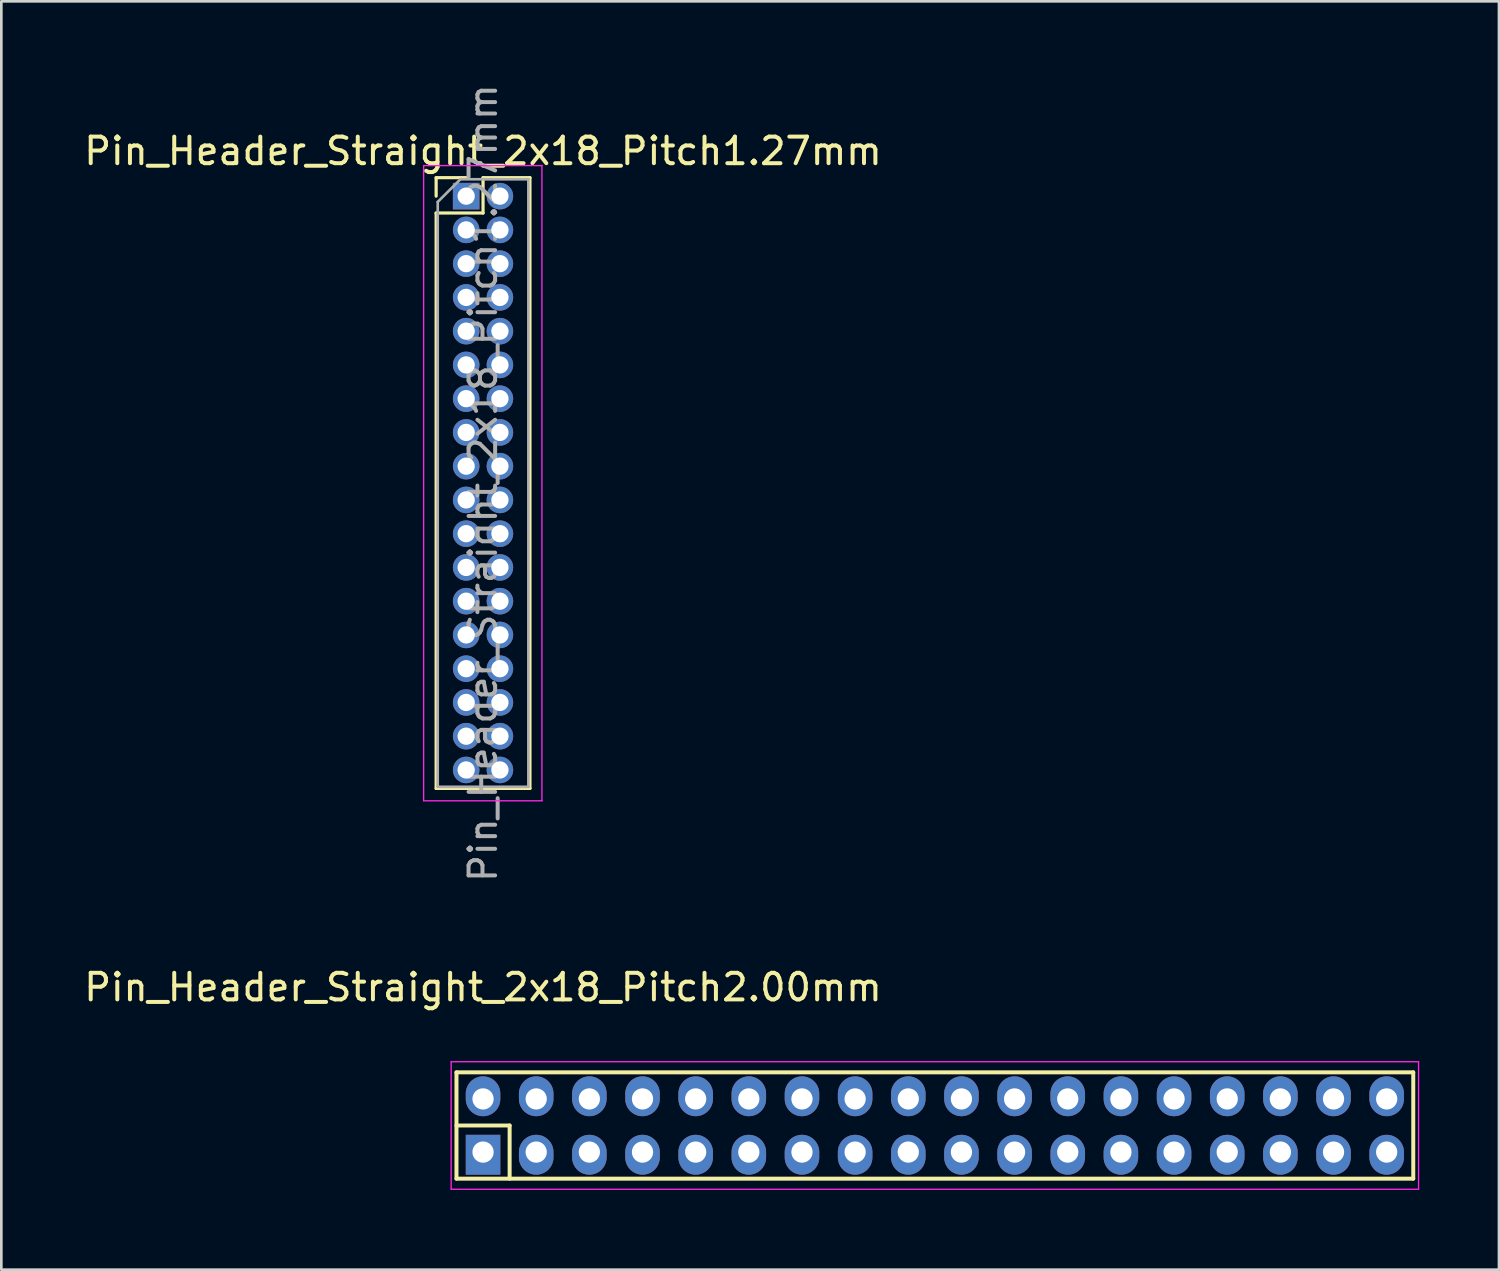
<source format=kicad_pcb>
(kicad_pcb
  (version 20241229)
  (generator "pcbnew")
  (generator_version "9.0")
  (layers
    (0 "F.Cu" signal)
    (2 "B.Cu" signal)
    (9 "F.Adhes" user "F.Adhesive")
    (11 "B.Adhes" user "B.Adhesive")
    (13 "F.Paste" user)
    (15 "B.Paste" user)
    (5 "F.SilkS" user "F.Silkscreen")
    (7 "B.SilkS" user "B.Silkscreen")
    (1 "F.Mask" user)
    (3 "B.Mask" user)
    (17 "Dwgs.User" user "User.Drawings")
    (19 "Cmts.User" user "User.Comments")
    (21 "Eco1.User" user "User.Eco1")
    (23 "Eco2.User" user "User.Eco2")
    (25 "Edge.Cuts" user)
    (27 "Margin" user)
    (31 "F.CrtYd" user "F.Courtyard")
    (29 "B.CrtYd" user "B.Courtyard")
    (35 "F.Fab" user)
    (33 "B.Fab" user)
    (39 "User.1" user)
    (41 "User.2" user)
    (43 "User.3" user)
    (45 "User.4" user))
  (footprint "Pin_Header_Straight_2x18_Pitch1.27mm"
    (layer "F.Cu")
    (at 14.49 4.33)
    (property "Reference" "Pin_Header_Straight_2x18_Pitch1.27mm" (at 0.635 -1.695 0) (layer "F.SilkS") (effects (font (size 1 1) (thickness 0.15))))
    (attr through_hole)
    (fp_line (start -1.13 -0.695) (end 0 -0.695) (stroke (width 0.12) (type solid)) (layer "F.SilkS"))
    (fp_line (start -1.13 0) (end -1.13 -0.695) (stroke (width 0.12) (type solid)) (layer "F.SilkS"))
    (fp_line (start -1.13 0.635) (end -1.13 22.285) (stroke (width 0.12) (type solid)) (layer "F.SilkS"))
    (fp_line (start -1.13 22.285) (end 2.4 22.285) (stroke (width 0.12) (type solid)) (layer "F.SilkS"))
    (fp_line (start 0.635 -0.695) (end 0.635 0.635) (stroke (width 0.12) (type solid)) (layer "F.SilkS"))
    (fp_line (start 0.635 0.635) (end -1.13 0.635) (stroke (width 0.12) (type solid)) (layer "F.SilkS"))
    (fp_line (start 2.4 -0.695) (end 0.635 -0.695) (stroke (width 0.12) (type solid)) (layer "F.SilkS"))
    (fp_line (start 2.4 22.285) (end 2.4 -0.695) (stroke (width 0.12) (type solid)) (layer "F.SilkS"))
    (fp_line (start -1.6 -1.15) (end -1.6 22.75) (stroke (width 0.05) (type solid)) (layer "F.CrtYd"))
    (fp_line (start -1.6 22.75) (end 2.85 22.75) (stroke (width 0.05) (type solid)) (layer "F.CrtYd"))
    (fp_line (start 2.85 -1.15) (end -1.6 -1.15) (stroke (width 0.05) (type solid)) (layer "F.CrtYd"))
    (fp_line (start 2.85 22.75) (end 2.85 -1.15) (stroke (width 0.05) (type solid)) (layer "F.CrtYd"))
    (fp_line (start -1.07 0.217) (end -0.217 -0.635) (stroke (width 0.1) (type solid)) (layer "F.Fab"))
    (fp_line (start -1.07 22.225) (end -1.07 0.217) (stroke (width 0.1) (type solid)) (layer "F.Fab"))
    (fp_line (start -0.217 -0.635) (end 2.34 -0.635) (stroke (width 0.1) (type solid)) (layer "F.Fab"))
    (fp_line (start 2.34 -0.635) (end 2.34 22.225) (stroke (width 0.1) (type solid)) (layer "F.Fab"))
    (fp_line (start 2.34 22.225) (end -1.07 22.225) (stroke (width 0.1) (type solid)) (layer "F.Fab"))
    (fp_text user "${REFERENCE}" (at 0.635 10.795 90) (layer "F.Fab") (effects (font (size 1 1) (thickness 0.15))))
    (pad "1" thru_hole rect (at 0 0) (size 1 1) (drill 0.65) (layers "*.Cu" "*.Mask"))
    (pad "2" thru_hole oval (at 1.27 0) (size 1 1) (drill 0.65) (layers "*.Cu" "*.Mask"))
    (pad "3" thru_hole oval (at 0 1.27) (size 1 1) (drill 0.65) (layers "*.Cu" "*.Mask"))
    (pad "4" thru_hole oval (at 1.27 1.27) (size 1 1) (drill 0.65) (layers "*.Cu" "*.Mask"))
    (pad "5" thru_hole oval (at 0 2.54) (size 1 1) (drill 0.65) (layers "*.Cu" "*.Mask"))
    (pad "6" thru_hole oval (at 1.27 2.54) (size 1 1) (drill 0.65) (layers "*.Cu" "*.Mask"))
    (pad "7" thru_hole oval (at 0 3.81) (size 1 1) (drill 0.65) (layers "*.Cu" "*.Mask"))
    (pad "8" thru_hole oval (at 1.27 3.81) (size 1 1) (drill 0.65) (layers "*.Cu" "*.Mask"))
    (pad "9" thru_hole oval (at 0 5.08) (size 1 1) (drill 0.65) (layers "*.Cu" "*.Mask"))
    (pad "10" thru_hole oval (at 1.27 5.08) (size 1 1) (drill 0.65) (layers "*.Cu" "*.Mask"))
    (pad "11" thru_hole oval (at 0 6.35) (size 1 1) (drill 0.65) (layers "*.Cu" "*.Mask"))
    (pad "12" thru_hole oval (at 1.27 6.35) (size 1 1) (drill 0.65) (layers "*.Cu" "*.Mask"))
    (pad "13" thru_hole oval (at 0 7.62) (size 1 1) (drill 0.65) (layers "*.Cu" "*.Mask"))
    (pad "14" thru_hole oval (at 1.27 7.62) (size 1 1) (drill 0.65) (layers "*.Cu" "*.Mask"))
    (pad "15" thru_hole oval (at 0 8.89) (size 1 1) (drill 0.65) (layers "*.Cu" "*.Mask"))
    (pad "16" thru_hole oval (at 1.27 8.89) (size 1 1) (drill 0.65) (layers "*.Cu" "*.Mask"))
    (pad "17" thru_hole oval (at 0 10.16) (size 1 1) (drill 0.65) (layers "*.Cu" "*.Mask"))
    (pad "18" thru_hole oval (at 1.27 10.16) (size 1 1) (drill 0.65) (layers "*.Cu" "*.Mask"))
    (pad "19" thru_hole oval (at 0 11.43) (size 1 1) (drill 0.65) (layers "*.Cu" "*.Mask"))
    (pad "20" thru_hole oval (at 1.27 11.43) (size 1 1) (drill 0.65) (layers "*.Cu" "*.Mask"))
    (pad "21" thru_hole oval (at 0 12.7) (size 1 1) (drill 0.65) (layers "*.Cu" "*.Mask"))
    (pad "22" thru_hole oval (at 1.27 12.7) (size 1 1) (drill 0.65) (layers "*.Cu" "*.Mask"))
    (pad "23" thru_hole oval (at 0 13.97) (size 1 1) (drill 0.65) (layers "*.Cu" "*.Mask"))
    (pad "24" thru_hole oval (at 1.27 13.97) (size 1 1) (drill 0.65) (layers "*.Cu" "*.Mask"))
    (pad "25" thru_hole oval (at 0 15.24) (size 1 1) (drill 0.65) (layers "*.Cu" "*.Mask"))
    (pad "26" thru_hole oval (at 1.27 15.24) (size 1 1) (drill 0.65) (layers "*.Cu" "*.Mask"))
    (pad "27" thru_hole oval (at 0 16.51) (size 1 1) (drill 0.65) (layers "*.Cu" "*.Mask"))
    (pad "28" thru_hole oval (at 1.27 16.51) (size 1 1) (drill 0.65) (layers "*.Cu" "*.Mask"))
    (pad "29" thru_hole oval (at 0 17.78) (size 1 1) (drill 0.65) (layers "*.Cu" "*.Mask"))
    (pad "30" thru_hole oval (at 1.27 17.78) (size 1 1) (drill 0.65) (layers "*.Cu" "*.Mask"))
    (pad "31" thru_hole oval (at 0 19.05) (size 1 1) (drill 0.65) (layers "*.Cu" "*.Mask"))
    (pad "32" thru_hole oval (at 1.27 19.05) (size 1 1) (drill 0.65) (layers "*.Cu" "*.Mask"))
    (pad "33" thru_hole oval (at 0 20.32) (size 1 1) (drill 0.65) (layers "*.Cu" "*.Mask"))
    (pad "34" thru_hole oval (at 1.27 20.32) (size 1 1) (drill 0.65) (layers "*.Cu" "*.Mask"))
    (pad "35" thru_hole oval (at 0 21.59) (size 1 1) (drill 0.65) (layers "*.Cu" "*.Mask"))
    (pad "36" thru_hole oval (at 1.27 21.59) (size 1 1) (drill 0.65) (layers "*.Cu" "*.Mask")))
  (footprint "Pin_Header_Straight_2x18_Pitch2.00mm"
    (layer "F.Cu")
    (at 15.125 40.298)
    (property "Reference" "Pin_Header_Straight_2x18_Pitch2.00mm" (at 0 -6.2 0) (layer "F.SilkS") (effects (font (size 1 1) (thickness 0.15))))
    (attr through_hole)
    (fp_line (start -1 -3) (end 35 -3) (stroke (width 0.15) (type solid)) (layer "F.SilkS"))
    (fp_line (start -1 -1) (end 1 -1) (stroke (width 0.15) (type solid)) (layer "F.SilkS"))
    (fp_line (start -1 1) (end -1 -3) (stroke (width 0.15) (type solid)) (layer "F.SilkS"))
    (fp_line (start 1 -1) (end 1 1) (stroke (width 0.15) (type solid)) (layer "F.SilkS"))
    (fp_line (start 35 -3) (end 35 1) (stroke (width 0.15) (type solid)) (layer "F.SilkS"))
    (fp_line (start 35 1) (end -1 1) (stroke (width 0.15) (type solid)) (layer "F.SilkS"))
    (fp_line (start -1.2 -3.4) (end 35.2 -3.4) (stroke (width 0.05) (type solid)) (layer "F.CrtYd"))
    (fp_line (start -1.2 1.4) (end -1.2 -3.4) (stroke (width 0.05) (type solid)) (layer "F.CrtYd"))
    (fp_line (start 35.2 -3.4) (end 35.2 1.4) (stroke (width 0.05) (type solid)) (layer "F.CrtYd"))
    (fp_line (start 35.2 1.4) (end -1.2 1.4) (stroke (width 0.05) (type solid)) (layer "F.CrtYd"))
    (pad "1" thru_hole rect (at 0 0) (size 1.3 1.5) (drill 0.8 (offset 0 0.1)) (layers "*.Cu" "*.Mask"))
    (pad "2" thru_hole oval (at 0 -2) (size 1.3 1.5) (drill 0.8 (offset 0 -0.1)) (layers "*.Cu" "*.Mask"))
    (pad "3" thru_hole oval (at 2 0) (size 1.3 1.5) (drill 0.8 (offset 0 0.1)) (layers "*.Cu" "*.Mask"))
    (pad "4" thru_hole oval (at 2 -2) (size 1.3 1.5) (drill 0.8 (offset 0 -0.1)) (layers "*.Cu" "*.Mask"))
    (pad "5" thru_hole oval (at 4 0) (size 1.3 1.5) (drill 0.8 (offset 0 0.1)) (layers "*.Cu" "*.Mask"))
    (pad "6" thru_hole oval (at 4 -2) (size 1.3 1.5) (drill 0.8 (offset 0 -0.1)) (layers "*.Cu" "*.Mask"))
    (pad "7" thru_hole oval (at 6 0) (size 1.3 1.5) (drill 0.8 (offset 0 0.1)) (layers "*.Cu" "*.Mask"))
    (pad "8" thru_hole oval (at 6 -2) (size 1.3 1.5) (drill 0.8 (offset 0 -0.1)) (layers "*.Cu" "*.Mask"))
    (pad "9" thru_hole oval (at 8 0) (size 1.3 1.5) (drill 0.8 (offset 0 0.1)) (layers "*.Cu" "*.Mask"))
    (pad "10" thru_hole oval (at 8 -2) (size 1.3 1.5) (drill 0.8 (offset 0 -0.1)) (layers "*.Cu" "*.Mask"))
    (pad "11" thru_hole oval (at 10 0) (size 1.3 1.5) (drill 0.8 (offset 0 0.1)) (layers "*.Cu" "*.Mask"))
    (pad "12" thru_hole oval (at 10 -2) (size 1.3 1.5) (drill 0.8 (offset 0 -0.1)) (layers "*.Cu" "*.Mask"))
    (pad "13" thru_hole oval (at 12 0) (size 1.3 1.5) (drill 0.8 (offset 0 0.1)) (layers "*.Cu" "*.Mask"))
    (pad "14" thru_hole oval (at 12 -2) (size 1.3 1.5) (drill 0.8 (offset 0 -0.1)) (layers "*.Cu" "*.Mask"))
    (pad "15" thru_hole oval (at 14 0) (size 1.3 1.5) (drill 0.8 (offset 0 0.1)) (layers "*.Cu" "*.Mask"))
    (pad "16" thru_hole oval (at 14 -2) (size 1.3 1.5) (drill 0.8 (offset 0 -0.1)) (layers "*.Cu" "*.Mask"))
    (pad "17" thru_hole oval (at 16 0) (size 1.3 1.5) (drill 0.8 (offset 0 0.1)) (layers "*.Cu" "*.Mask"))
    (pad "18" thru_hole oval (at 16 -2) (size 1.3 1.5) (drill 0.8 (offset 0 -0.1)) (layers "*.Cu" "*.Mask"))
    (pad "19" thru_hole oval (at 18 0) (size 1.3 1.5) (drill 0.8 (offset 0 0.1)) (layers "*.Cu" "*.Mask"))
    (pad "20" thru_hole oval (at 18 -2) (size 1.3 1.5) (drill 0.8 (offset 0 -0.1)) (layers "*.Cu" "*.Mask"))
    (pad "21" thru_hole oval (at 20 0) (size 1.3 1.5) (drill 0.8 (offset 0 0.1)) (layers "*.Cu" "*.Mask"))
    (pad "22" thru_hole oval (at 20 -2) (size 1.3 1.5) (drill 0.8 (offset 0 -0.1)) (layers "*.Cu" "*.Mask"))
    (pad "23" thru_hole oval (at 22 0) (size 1.3 1.5) (drill 0.8 (offset 0 0.1)) (layers "*.Cu" "*.Mask"))
    (pad "24" thru_hole oval (at 22 -2) (size 1.3 1.5) (drill 0.8 (offset 0 -0.1)) (layers "*.Cu" "*.Mask"))
    (pad "25" thru_hole oval (at 24 0) (size 1.3 1.5) (drill 0.8 (offset 0 0.1)) (layers "*.Cu" "*.Mask"))
    (pad "26" thru_hole oval (at 24 -2) (size 1.3 1.5) (drill 0.8 (offset 0 -0.1)) (layers "*.Cu" "*.Mask"))
    (pad "27" thru_hole oval (at 26 0) (size 1.3 1.5) (drill 0.8 (offset 0 0.1)) (layers "*.Cu" "*.Mask"))
    (pad "28" thru_hole oval (at 26 -2) (size 1.3 1.5) (drill 0.8 (offset 0 -0.1)) (layers "*.Cu" "*.Mask"))
    (pad "29" thru_hole oval (at 28 0) (size 1.3 1.5) (drill 0.8 (offset 0 0.1)) (layers "*.Cu" "*.Mask"))
    (pad "30" thru_hole oval (at 28 -2) (size 1.3 1.5) (drill 0.8 (offset 0 -0.1)) (layers "*.Cu" "*.Mask"))
    (pad "31" thru_hole oval (at 30 0) (size 1.3 1.5) (drill 0.8 (offset 0 0.1)) (layers "*.Cu" "*.Mask"))
    (pad "32" thru_hole oval (at 30 -2) (size 1.3 1.5) (drill 0.8 (offset 0 -0.1)) (layers "*.Cu" "*.Mask"))
    (pad "33" thru_hole oval (at 32 0) (size 1.3 1.5) (drill 0.8 (offset 0 0.1)) (layers "*.Cu" "*.Mask"))
    (pad "34" thru_hole oval (at 32 -2) (size 1.3 1.5) (drill 0.8 (offset 0 -0.1)) (layers "*.Cu" "*.Mask"))
    (pad "35" thru_hole oval (at 34 0) (size 1.3 1.5) (drill 0.8 (offset 0 0.1)) (layers "*.Cu" "*.Mask"))
    (pad "36" thru_hole oval (at 34 -2) (size 1.3 1.5) (drill 0.8 (offset 0 -0.1)) (layers "*.Cu" "*.Mask")))
  (gr_rect
    (start -3 -3)
    (end 53.35 44.723)
    (stroke (width 0.1) (type default))
    (fill no)
    (layer "Edge.Cuts")))
</source>
